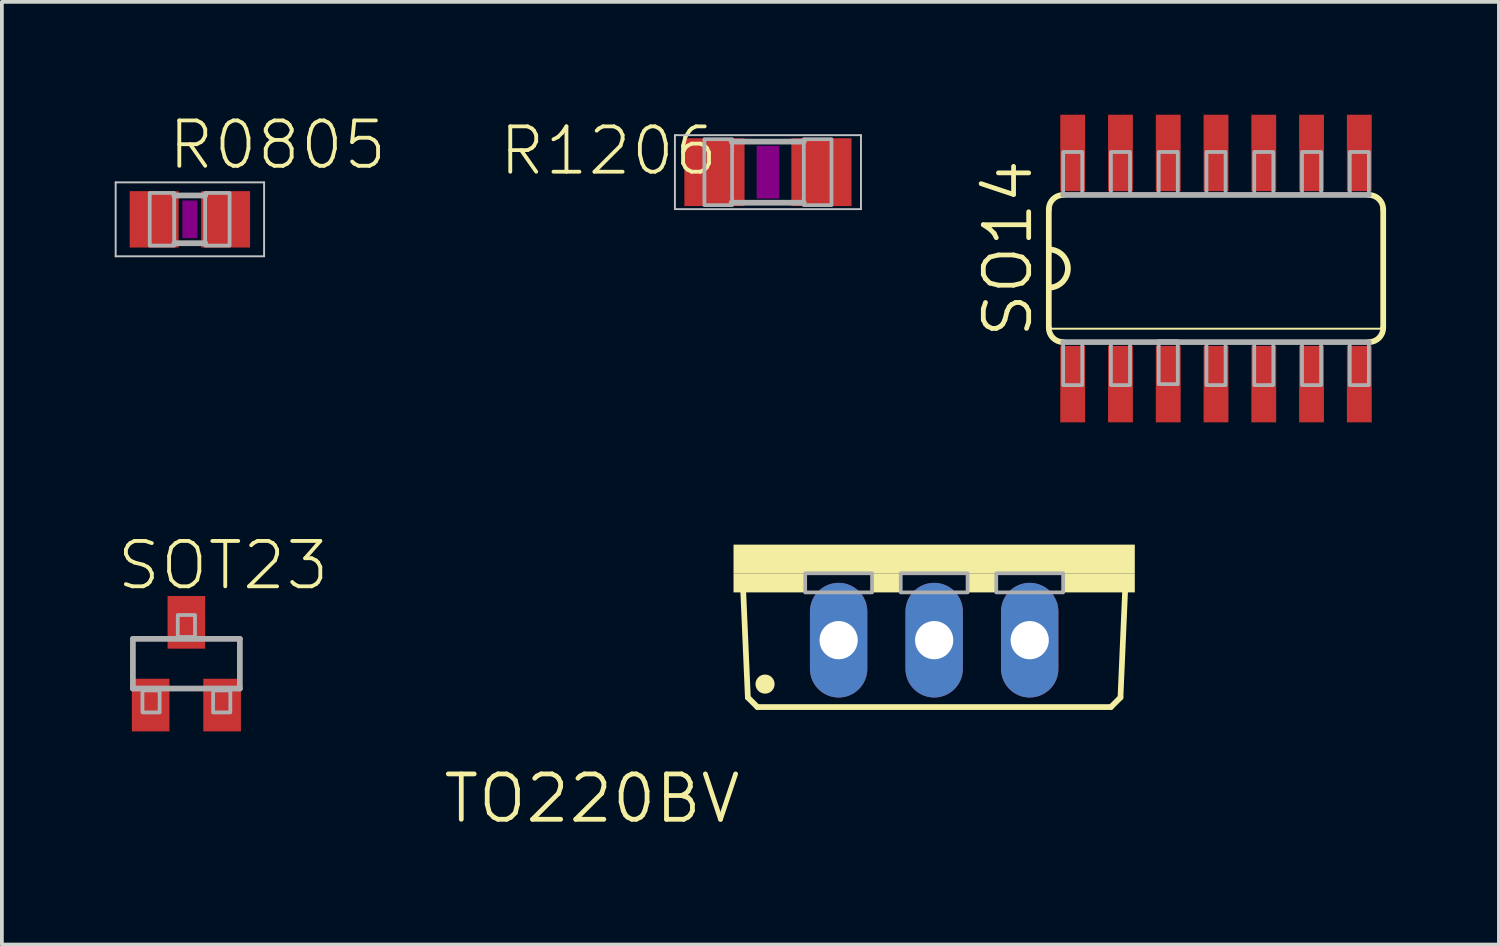
<source format=kicad_pcb>
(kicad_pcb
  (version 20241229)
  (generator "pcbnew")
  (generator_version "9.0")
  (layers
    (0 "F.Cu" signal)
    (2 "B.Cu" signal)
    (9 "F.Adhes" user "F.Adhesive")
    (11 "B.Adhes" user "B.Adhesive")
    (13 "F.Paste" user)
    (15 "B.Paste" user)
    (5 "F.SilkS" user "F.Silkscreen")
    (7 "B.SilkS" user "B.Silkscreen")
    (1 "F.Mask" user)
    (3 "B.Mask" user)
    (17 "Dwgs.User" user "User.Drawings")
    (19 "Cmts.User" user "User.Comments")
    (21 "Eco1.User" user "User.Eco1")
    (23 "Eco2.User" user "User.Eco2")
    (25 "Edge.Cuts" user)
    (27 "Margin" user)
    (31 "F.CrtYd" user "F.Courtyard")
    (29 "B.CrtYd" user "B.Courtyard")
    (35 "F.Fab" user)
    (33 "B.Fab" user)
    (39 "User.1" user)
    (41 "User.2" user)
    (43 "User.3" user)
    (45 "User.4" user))
  (footprint "SO14"
    (layer "F.Cu")
    (at 29.278 4.089)
    (property "Reference" "SO14" (at -4.826 1.905 90) (layer "F.SilkS") (effects (font (size 1.206 1.206) (thickness 0.127)) (justify left bottom)))
    (attr through_hole)
    (fp_line (start -4.445 -1.575) (end -4.445 -0.508) (stroke (width 0.152) (type solid)) (layer "F.SilkS"))
    (fp_line (start -4.445 -0.508) (end -4.445 0.508) (stroke (width 0.152) (type solid)) (layer "F.SilkS"))
    (fp_line (start -4.445 0.508) (end -4.445 1.575) (stroke (width 0.152) (type solid)) (layer "F.SilkS"))
    (fp_line (start -4.445 1.6) (end 4.445 1.6) (stroke (width 0.051) (type solid)) (layer "F.SilkS"))
    (fp_line (start 4.445 1.575) (end 4.445 -1.575) (stroke (width 0.152) (type solid)) (layer "F.SilkS"))
    (fp_arc (start -4.445 -1.5748) (mid -4.333408 -1.844208) (end -4.064 -1.9558) (stroke (width 0.1524) (type solid)) (layer "F.SilkS"))
    (fp_arc (start -4.445 -0.508) (mid -3.937 0) (end -4.445 0.508) (stroke (width 0.1524) (type solid)) (layer "F.SilkS"))
    (fp_arc (start -4.064 1.9558) (mid -4.333408 1.844208) (end -4.445 1.5748) (stroke (width 0.1524) (type solid)) (layer "F.SilkS"))
    (fp_arc (start 4.064 -1.9558) (mid 4.333408 -1.844208) (end 4.445 -1.5748) (stroke (width 0.1524) (type solid)) (layer "F.SilkS"))
    (fp_arc (start 4.445 1.5748) (mid 4.333408 1.844208) (end 4.064 1.9558) (stroke (width 0.1524) (type solid)) (layer "F.SilkS"))
    (fp_line (start -4.064 1.956) (end 4.064 1.956) (stroke (width 0.152) (type solid)) (layer "F.Fab"))
    (fp_line (start 4.064 -1.956) (end -4.064 -1.956) (stroke (width 0.152) (type solid)) (layer "F.Fab"))
    (fp_poly (pts (xy -4.064 -1.956) (xy -3.556 -1.956) (xy -3.556 -3.099) (xy -4.064 -3.099)) (stroke (width 0.1) (type solid)) (fill no) (layer "F.Fab"))
    (fp_poly (pts (xy -4.064 3.099) (xy -3.556 3.099) (xy -3.556 1.956) (xy -4.064 1.956)) (stroke (width 0.1) (type solid)) (fill no) (layer "F.Fab"))
    (fp_poly (pts (xy -2.794 -1.956) (xy -2.286 -1.956) (xy -2.286 -3.099) (xy -2.794 -3.099)) (stroke (width 0.1) (type solid)) (fill no) (layer "F.Fab"))
    (fp_poly (pts (xy -2.794 3.099) (xy -2.286 3.099) (xy -2.286 1.956) (xy -2.794 1.956)) (stroke (width 0.1) (type solid)) (fill no) (layer "F.Fab"))
    (fp_poly (pts (xy -1.524 -1.956) (xy -1.016 -1.956) (xy -1.016 -3.099) (xy -1.524 -3.099)) (stroke (width 0.1) (type solid)) (fill no) (layer "F.Fab"))
    (fp_poly (pts (xy -1.524 3.073) (xy -1.016 3.073) (xy -1.016 1.93) (xy -1.524 1.93)) (stroke (width 0.1) (type solid)) (fill no) (layer "F.Fab"))
    (fp_poly (pts (xy -0.254 -1.956) (xy 0.254 -1.956) (xy 0.254 -3.099) (xy -0.254 -3.099)) (stroke (width 0.1) (type solid)) (fill no) (layer "F.Fab"))
    (fp_poly (pts (xy -0.254 3.099) (xy 0.254 3.099) (xy 0.254 1.956) (xy -0.254 1.956)) (stroke (width 0.1) (type solid)) (fill no) (layer "F.Fab"))
    (fp_poly (pts (xy 1.016 -1.956) (xy 1.524 -1.956) (xy 1.524 -3.099) (xy 1.016 -3.099)) (stroke (width 0.1) (type solid)) (fill no) (layer "F.Fab"))
    (fp_poly (pts (xy 1.016 3.099) (xy 1.524 3.099) (xy 1.524 1.956) (xy 1.016 1.956)) (stroke (width 0.1) (type solid)) (fill no) (layer "F.Fab"))
    (fp_poly (pts (xy 2.286 -1.956) (xy 2.794 -1.956) (xy 2.794 -3.099) (xy 2.286 -3.099)) (stroke (width 0.1) (type solid)) (fill no) (layer "F.Fab"))
    (fp_poly (pts (xy 2.286 3.099) (xy 2.794 3.099) (xy 2.794 1.956) (xy 2.286 1.956)) (stroke (width 0.1) (type solid)) (fill no) (layer "F.Fab"))
    (fp_poly (pts (xy 3.556 -1.956) (xy 4.064 -1.956) (xy 4.064 -3.099) (xy 3.556 -3.099)) (stroke (width 0.1) (type solid)) (fill no) (layer "F.Fab"))
    (fp_poly (pts (xy 3.556 3.099) (xy 4.064 3.099) (xy 4.064 1.956) (xy 3.556 1.956)) (stroke (width 0.1) (type solid)) (fill no) (layer "F.Fab"))
    (pad "1" smd rect (at -3.81 3.073) (size 0.66 2.032) (layers "F.Cu" "F.Mask" "F.Paste"))
    (pad "2" smd rect (at -2.54 3.073) (size 0.66 2.032) (layers "F.Cu" "F.Mask" "F.Paste"))
    (pad "3" smd rect (at -1.27 3.073) (size 0.66 2.032) (layers "F.Cu" "F.Mask" "F.Paste"))
    (pad "4" smd rect (at 0 3.073) (size 0.66 2.032) (layers "F.Cu" "F.Mask" "F.Paste"))
    (pad "5" smd rect (at 1.27 3.073) (size 0.66 2.032) (layers "F.Cu" "F.Mask" "F.Paste"))
    (pad "6" smd rect (at 2.54 3.073) (size 0.66 2.032) (layers "F.Cu" "F.Mask" "F.Paste"))
    (pad "7" smd rect (at 3.81 3.073) (size 0.66 2.032) (layers "F.Cu" "F.Mask" "F.Paste"))
    (pad "8" smd rect (at 3.81 -3.073) (size 0.66 2.032) (layers "F.Cu" "F.Mask" "F.Paste"))
    (pad "9" smd rect (at 2.54 -3.073) (size 0.66 2.032) (layers "F.Cu" "F.Mask" "F.Paste"))
    (pad "10" smd rect (at 1.27 -3.073) (size 0.66 2.032) (layers "F.Cu" "F.Mask" "F.Paste"))
    (pad "11" smd rect (at 0 -3.073) (size 0.66 2.032) (layers "F.Cu" "F.Mask" "F.Paste"))
    (pad "12" smd rect (at -1.27 -3.073) (size 0.66 2.032) (layers "F.Cu" "F.Mask" "F.Paste"))
    (pad "13" smd rect (at -2.54 -3.073) (size 0.66 2.032) (layers "F.Cu" "F.Mask" "F.Paste"))
    (pad "14" smd rect (at -3.81 -3.073) (size 0.66 2.032) (layers "F.Cu" "F.Mask" "F.Paste")))
  (footprint "R1206"
    (layer "F.Cu")
    (at 17.366 1.527)
    (property "Reference" "R1206" (at -1.27 -1.27 0) (layer "F.SilkS") (effects (font (size 1.206 1.206) (thickness 0.102)) (justify right top)))
    (attr through_hole)
    (fp_poly (pts (xy -0.3 0.7) (xy 0.3 0.7) (xy 0.3 -0.7) (xy -0.3 -0.7)) (stroke (width 0) (type solid)) (fill yes) (layer "F.Adhes"))
    (fp_line (start -2.473 -0.983) (end 2.473 -0.983) (stroke (width 0.051) (type solid)) (layer "Dwgs.User"))
    (fp_line (start -2.473 0.983) (end -2.473 -0.983) (stroke (width 0.051) (type solid)) (layer "Dwgs.User"))
    (fp_line (start 2.473 -0.983) (end 2.473 0.983) (stroke (width 0.051) (type solid)) (layer "Dwgs.User"))
    (fp_line (start 2.473 0.983) (end -2.473 0.983) (stroke (width 0.051) (type solid)) (layer "Dwgs.User"))
    (fp_line (start 0.953 -0.813) (end -0.965 -0.813) (stroke (width 0.152) (type solid)) (layer "F.Fab"))
    (fp_line (start 0.953 0.813) (end -0.965 0.813) (stroke (width 0.152) (type solid)) (layer "F.Fab"))
    (fp_poly (pts (xy -1.689 0.876) (xy -0.953 0.876) (xy -0.953 -0.876) (xy -1.689 -0.876)) (stroke (width 0.1) (type solid)) (fill no) (layer "F.Fab"))
    (fp_poly (pts (xy 0.953 0.876) (xy 1.689 0.876) (xy 1.689 -0.876) (xy 0.953 -0.876)) (stroke (width 0.1) (type solid)) (fill no) (layer "F.Fab"))
    (pad "1" smd rect (at -1.422 0) (size 1.6 1.803) (layers "F.Cu" "F.Mask" "F.Paste"))
    (pad "2" smd rect (at 1.422 0) (size 1.6 1.803) (layers "F.Cu" "F.Mask" "F.Paste")))
  (footprint "TO220BV"
    (layer "F.Cu")
    (at 21.785 11.429)
    (property "Reference" "TO220BV" (at -5.08 6.045 0) (layer "F.SilkS") (effects (font (size 1.206 1.206) (thickness 0.127)) (justify right top)))
    (attr through_hole)
    (fp_line (start -4.953 4.064) (end -5.08 1.143) (stroke (width 0.152) (type solid)) (layer "F.SilkS"))
    (fp_line (start -4.953 4.064) (end -4.699 4.318) (stroke (width 0.152) (type solid)) (layer "F.SilkS"))
    (fp_line (start 4.699 4.318) (end -4.699 4.318) (stroke (width 0.152) (type solid)) (layer "F.SilkS"))
    (fp_line (start 4.699 4.318) (end 4.953 4.064) (stroke (width 0.152) (type solid)) (layer "F.SilkS"))
    (fp_line (start 5.08 1.143) (end 4.953 4.064) (stroke (width 0.152) (type solid)) (layer "F.SilkS"))
    (fp_circle (center -4.496 3.708) (end -4.369 3.708) (stroke (width 0.254) (type solid)) (fill no) (layer "F.SilkS"))
    (fp_poly (pts (xy -5.334 0.762) (xy 5.334 0.762) (xy 5.334 0) (xy -5.334 0)) (stroke (width 0) (type solid)) (fill yes) (layer "F.SilkS"))
    (fp_poly (pts (xy -5.334 1.27) (xy -3.429 1.27) (xy -3.429 0.762) (xy -5.334 0.762)) (stroke (width 0) (type solid)) (fill yes) (layer "F.SilkS"))
    (fp_poly (pts (xy -1.651 1.27) (xy -0.889 1.27) (xy -0.889 0.762) (xy -1.651 0.762)) (stroke (width 0) (type solid)) (fill yes) (layer "F.SilkS"))
    (fp_poly (pts (xy 0.889 1.27) (xy 1.651 1.27) (xy 1.651 0.762) (xy 0.889 0.762)) (stroke (width 0) (type solid)) (fill yes) (layer "F.SilkS"))
    (fp_poly (pts (xy 3.429 1.27) (xy 5.334 1.27) (xy 5.334 0.762) (xy 3.429 0.762)) (stroke (width 0) (type solid)) (fill yes) (layer "F.SilkS"))
    (fp_poly (pts (xy -3.429 1.27) (xy -1.651 1.27) (xy -1.651 0.762) (xy -3.429 0.762)) (stroke (width 0.1) (type solid)) (fill no) (layer "F.Fab"))
    (fp_poly (pts (xy -0.889 1.27) (xy 0.889 1.27) (xy 0.889 0.762) (xy -0.889 0.762)) (stroke (width 0.1) (type solid)) (fill no) (layer "F.Fab"))
    (fp_poly (pts (xy 1.651 1.27) (xy 3.429 1.27) (xy 3.429 0.762) (xy 1.651 0.762)) (stroke (width 0.1) (type solid)) (fill no) (layer "F.Fab"))
    (pad "D" thru_hole oval (at 0 2.54 90) (size 3.048 1.524) (drill 1.016) (layers "*.Cu" "*.Mask"))
    (pad "G" thru_hole oval (at -2.54 2.54 90) (size 3.048 1.524) (drill 1.016) (layers "*.Cu" "*.Mask"))
    (pad "S" thru_hole oval (at 2.54 2.54 90) (size 3.048 1.524) (drill 1.016) (layers "*.Cu" "*.Mask")))
  (footprint "SOT23"
    (layer "F.Cu")
    (at 1.905 14.595)
    (property "Reference" "SOT23" (at -1.905 -1.905 0) (layer "F.SilkS") (effects (font (size 1.206 1.206) (thickness 0.102)) (justify left bottom)))
    (attr through_hole)
    (fp_line (start -1.422 -0.66) (end 1.422 -0.66) (stroke (width 0.152) (type solid)) (layer "F.Fab"))
    (fp_line (start -1.422 0.66) (end -1.422 -0.66) (stroke (width 0.152) (type solid)) (layer "F.Fab"))
    (fp_line (start 1.422 -0.66) (end 1.422 0.66) (stroke (width 0.152) (type solid)) (layer "F.Fab"))
    (fp_line (start 1.422 0.66) (end -1.422 0.66) (stroke (width 0.152) (type solid)) (layer "F.Fab"))
    (fp_poly (pts (xy -1.168 1.295) (xy -0.711 1.295) (xy -0.711 0.711) (xy -1.168 0.711)) (stroke (width 0.1) (type solid)) (fill no) (layer "F.Fab"))
    (fp_poly (pts (xy -0.229 -0.711) (xy 0.229 -0.711) (xy 0.229 -1.295) (xy -0.229 -1.295)) (stroke (width 0.1) (type solid)) (fill no) (layer "F.Fab"))
    (fp_poly (pts (xy 0.711 1.295) (xy 1.168 1.295) (xy 1.168 0.711) (xy 0.711 0.711)) (stroke (width 0.1) (type solid)) (fill no) (layer "F.Fab"))
    (pad "1" smd rect (at -0.95 1.1) (size 1 1.4) (layers "F.Cu" "F.Mask" "F.Paste"))
    (pad "2" smd rect (at 0.95 1.1) (size 1 1.4) (layers "F.Cu" "F.Mask" "F.Paste"))
    (pad "3" smd rect (at 0 -1.1) (size 1 1.4) (layers "F.Cu" "F.Mask" "F.Paste")))
  (footprint "R0805"
    (layer "F.Cu")
    (at 1.998 2.781)
    (property "Reference" "R0805" (at -0.635 -1.27 0) (layer "F.SilkS") (effects (font (size 1.206 1.206) (thickness 0.102)) (justify left bottom)))
    (attr through_hole)
    (fp_poly (pts (xy -0.2 0.5) (xy 0.2 0.5) (xy 0.2 -0.5) (xy -0.2 -0.5)) (stroke (width 0) (type solid)) (fill yes) (layer "F.Adhes"))
    (fp_line (start -1.973 -0.983) (end 1.973 -0.983) (stroke (width 0.051) (type solid)) (layer "Dwgs.User"))
    (fp_line (start -1.973 0.983) (end -1.973 -0.983) (stroke (width 0.051) (type solid)) (layer "Dwgs.User"))
    (fp_line (start 1.973 -0.983) (end 1.973 0.983) (stroke (width 0.051) (type solid)) (layer "Dwgs.User"))
    (fp_line (start 1.973 0.983) (end -1.973 0.983) (stroke (width 0.051) (type solid)) (layer "Dwgs.User"))
    (fp_line (start -0.41 -0.635) (end 0.41 -0.635) (stroke (width 0.152) (type solid)) (layer "F.Fab"))
    (fp_line (start -0.41 0.635) (end 0.41 0.635) (stroke (width 0.152) (type solid)) (layer "F.Fab"))
    (fp_poly (pts (xy -1.067 0.699) (xy -0.417 0.699) (xy -0.417 -0.702) (xy -1.067 -0.702)) (stroke (width 0.1) (type solid)) (fill no) (layer "F.Fab"))
    (fp_poly (pts (xy 0.406 0.699) (xy 1.056 0.699) (xy 1.056 -0.702) (xy 0.406 -0.702)) (stroke (width 0.1) (type solid)) (fill no) (layer "F.Fab"))
    (pad "1" smd rect (at -0.95 0) (size 1.3 1.5) (layers "F.Cu" "F.Mask" "F.Paste"))
    (pad "2" smd rect (at 0.95 0) (size 1.3 1.5) (layers "F.Cu" "F.Mask" "F.Paste")))
  (gr_rect
    (start -3 -3)
    (end 36.799 22.061)
    (stroke (width 0.1) (type default))
    (fill no)
    (layer "Edge.Cuts")))
</source>
